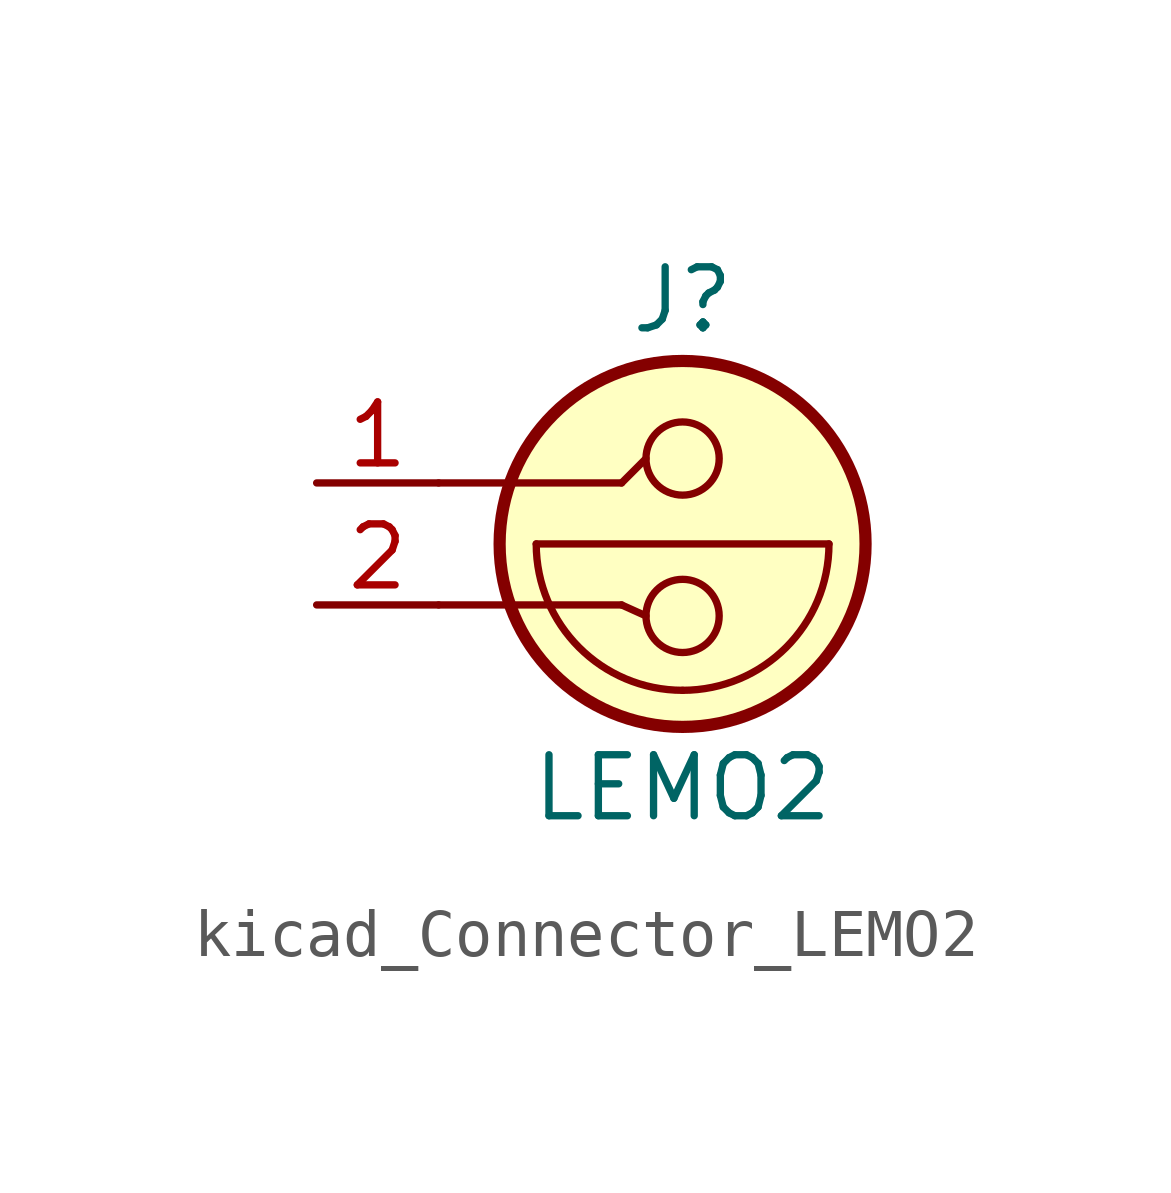
<source format=kicad_sym>
(kicad_symbol_lib
  (version 20220914)
  (generator kicad_symbol_editor)
  (symbol "kicad_Connector_LEMO2"
    (pin_names
      (offset 1.016) hide)
    (property "Reference" "J"
      (at 0 6.35 0)
      (effects (font (size 1.27 1.27))))
    (property "Value" "LEMO2"
      (at 0 -3.81 0)
      (effects (font (size 1.27 1.27))))
    (symbol "kicad_Connector_LEMO2_0_1"
      (arc (start -3.048 1.27) (mid -2.1553 -0.8853) (end 0 -1.778) (stroke (width 0) (type default)) (fill (type none)))
      (arc (start 0 -1.778) (mid 2.1553 -0.8853) (end 3.048 1.27) (stroke (width 0) (type default)) (fill (type none)))
      (circle (center 0 -0.229) (radius 0.762) (stroke (width 0) (type default)) (fill (type none)))
      (polyline (pts (xy -5.08 0) (xy -1.27 0)) (stroke (width 0) (type default)) (fill (type none)))
      (polyline (pts (xy -5.08 2.54) (xy -1.27 2.54)) (stroke (width 0) (type default)) (fill (type none)))
      (polyline (pts (xy -3.048 1.27) (xy 3.048 1.27)) (stroke (width 0) (type default)) (fill (type none)))
      (polyline (pts (xy -1.27 2.54) (xy -0.762 3.048)) (stroke (width 0) (type default)) (fill (type none)))
      (polyline (pts (xy -0.762 -0.229) (xy -1.27 0)) (stroke (width 0) (type default)) (fill (type none)))
      (circle (center 0 1.27) (radius 3.81) (stroke (width 0.254) (type default)) (fill (type background)))
      (circle (center 0 3.048) (radius 0.762) (stroke (width 0) (type default)) (fill (type none))))
    (symbol "kicad_Connector_LEMO2_1_1"
      (pin passive line (at -7.62 2.54 0) (length 2.54) (name "~" (effects (font (size 1.27 1.27)))) (number "1" (effects (font (size 1.27 1.27)))))
      (pin passive line (at -7.62 0 0) (length 2.54) (name "~" (effects (font (size 1.27 1.27)))) (number "2" (effects (font (size 1.27 1.27))))))))
</source>
